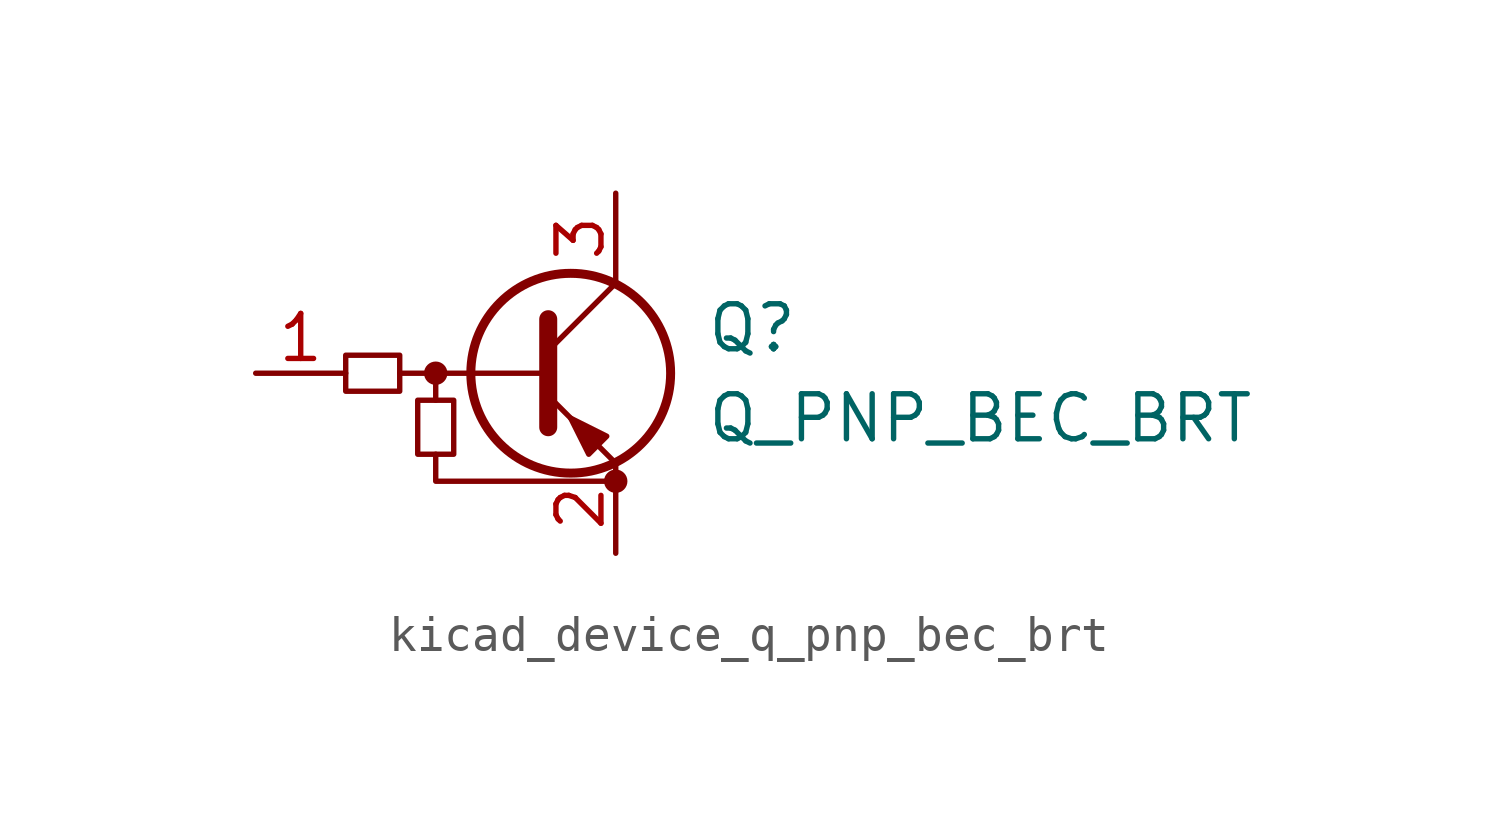
<source format=kicad_sym>
(kicad_symbol_lib
  (version 20220914)
  (generator kicad_symbol_editor)
  (symbol "kicad_device_q_pnp_bec_brt"
    (pin_names hide)
    (property "Reference" "Q"
      (at 3.81 1.27 0)
      (effects (font (size 1.27 1.27)) (justify left)))
    (property "Value" "Q_PNP_BEC_BRT"
      (at 3.81 -1.27 0)
      (effects (font (size 1.27 1.27)) (justify left)))
    (symbol "kicad_device_q_pnp_bec_brt_0_1"
      (rectangle (start -6.35 0.508) (end -4.826 -0.508) (stroke (width 0) (type default)) (fill (type none)))
      (rectangle (start -4.318 -2.286) (end -3.302 -0.762) (stroke (width 0) (type default)) (fill (type none)))
      (circle (center -3.81 0) (radius 0.254) (stroke (width 0) (type default)) (fill (type outline)))
      (polyline (pts (xy -3.81 -0.762) (xy -3.81 0)) (stroke (width 0) (type default)) (fill (type none)))
      (polyline (pts (xy -0.762 0) (xy -4.826 0)) (stroke (width 0) (type default)) (fill (type none)))
      (polyline (pts (xy -0.635 1.524) (xy -0.635 -1.524)) (stroke (width 0.508) (type default)) (fill (type none)))
      (polyline (pts (xy -3.81 -2.286) (xy -3.81 -3.048) (xy 1.27 -3.048)) (stroke (width 0) (type default)) (fill (type none)))
      (polyline (pts (xy 1.016 -1.778) (xy 0.508 -2.286) (xy 0 -1.27) (xy 1.016 -1.778) (xy 1.016 -1.778)) (stroke (width 0) (type default)) (fill (type outline)))
      (circle (center 1.27 -3.048) (radius 0.254) (stroke (width 0) (type default)) (fill (type outline))))
    (symbol "kicad_device_q_pnp_bec_brt_1_1"
      (polyline (pts (xy -0.635 0.635) (xy 1.27 2.54)) (stroke (width 0) (type default)) (fill (type none)))
      (polyline (pts (xy -0.635 -0.635) (xy 1.27 -2.54) (xy 1.27 -2.54)) (stroke (width 0) (type default)) (fill (type none)))
      (circle (center 0 0) (radius 2.819) (stroke (width 0.254) (type default)) (fill (type none)))
      (pin input line (at -8.89 0 0) (length 2.54) (name "B" (effects (font (size 1.27 1.27)))) (number "1" (effects (font (size 1.27 1.27)))))
      (pin passive line (at 1.27 -5.08 90) (length 2.54) (name "E" (effects (font (size 1.27 1.27)))) (number "2" (effects (font (size 1.27 1.27)))))
      (pin passive line (at 1.27 5.08 270) (length 2.54) (name "C" (effects (font (size 1.27 1.27)))) (number "3" (effects (font (size 1.27 1.27))))))))
</source>
